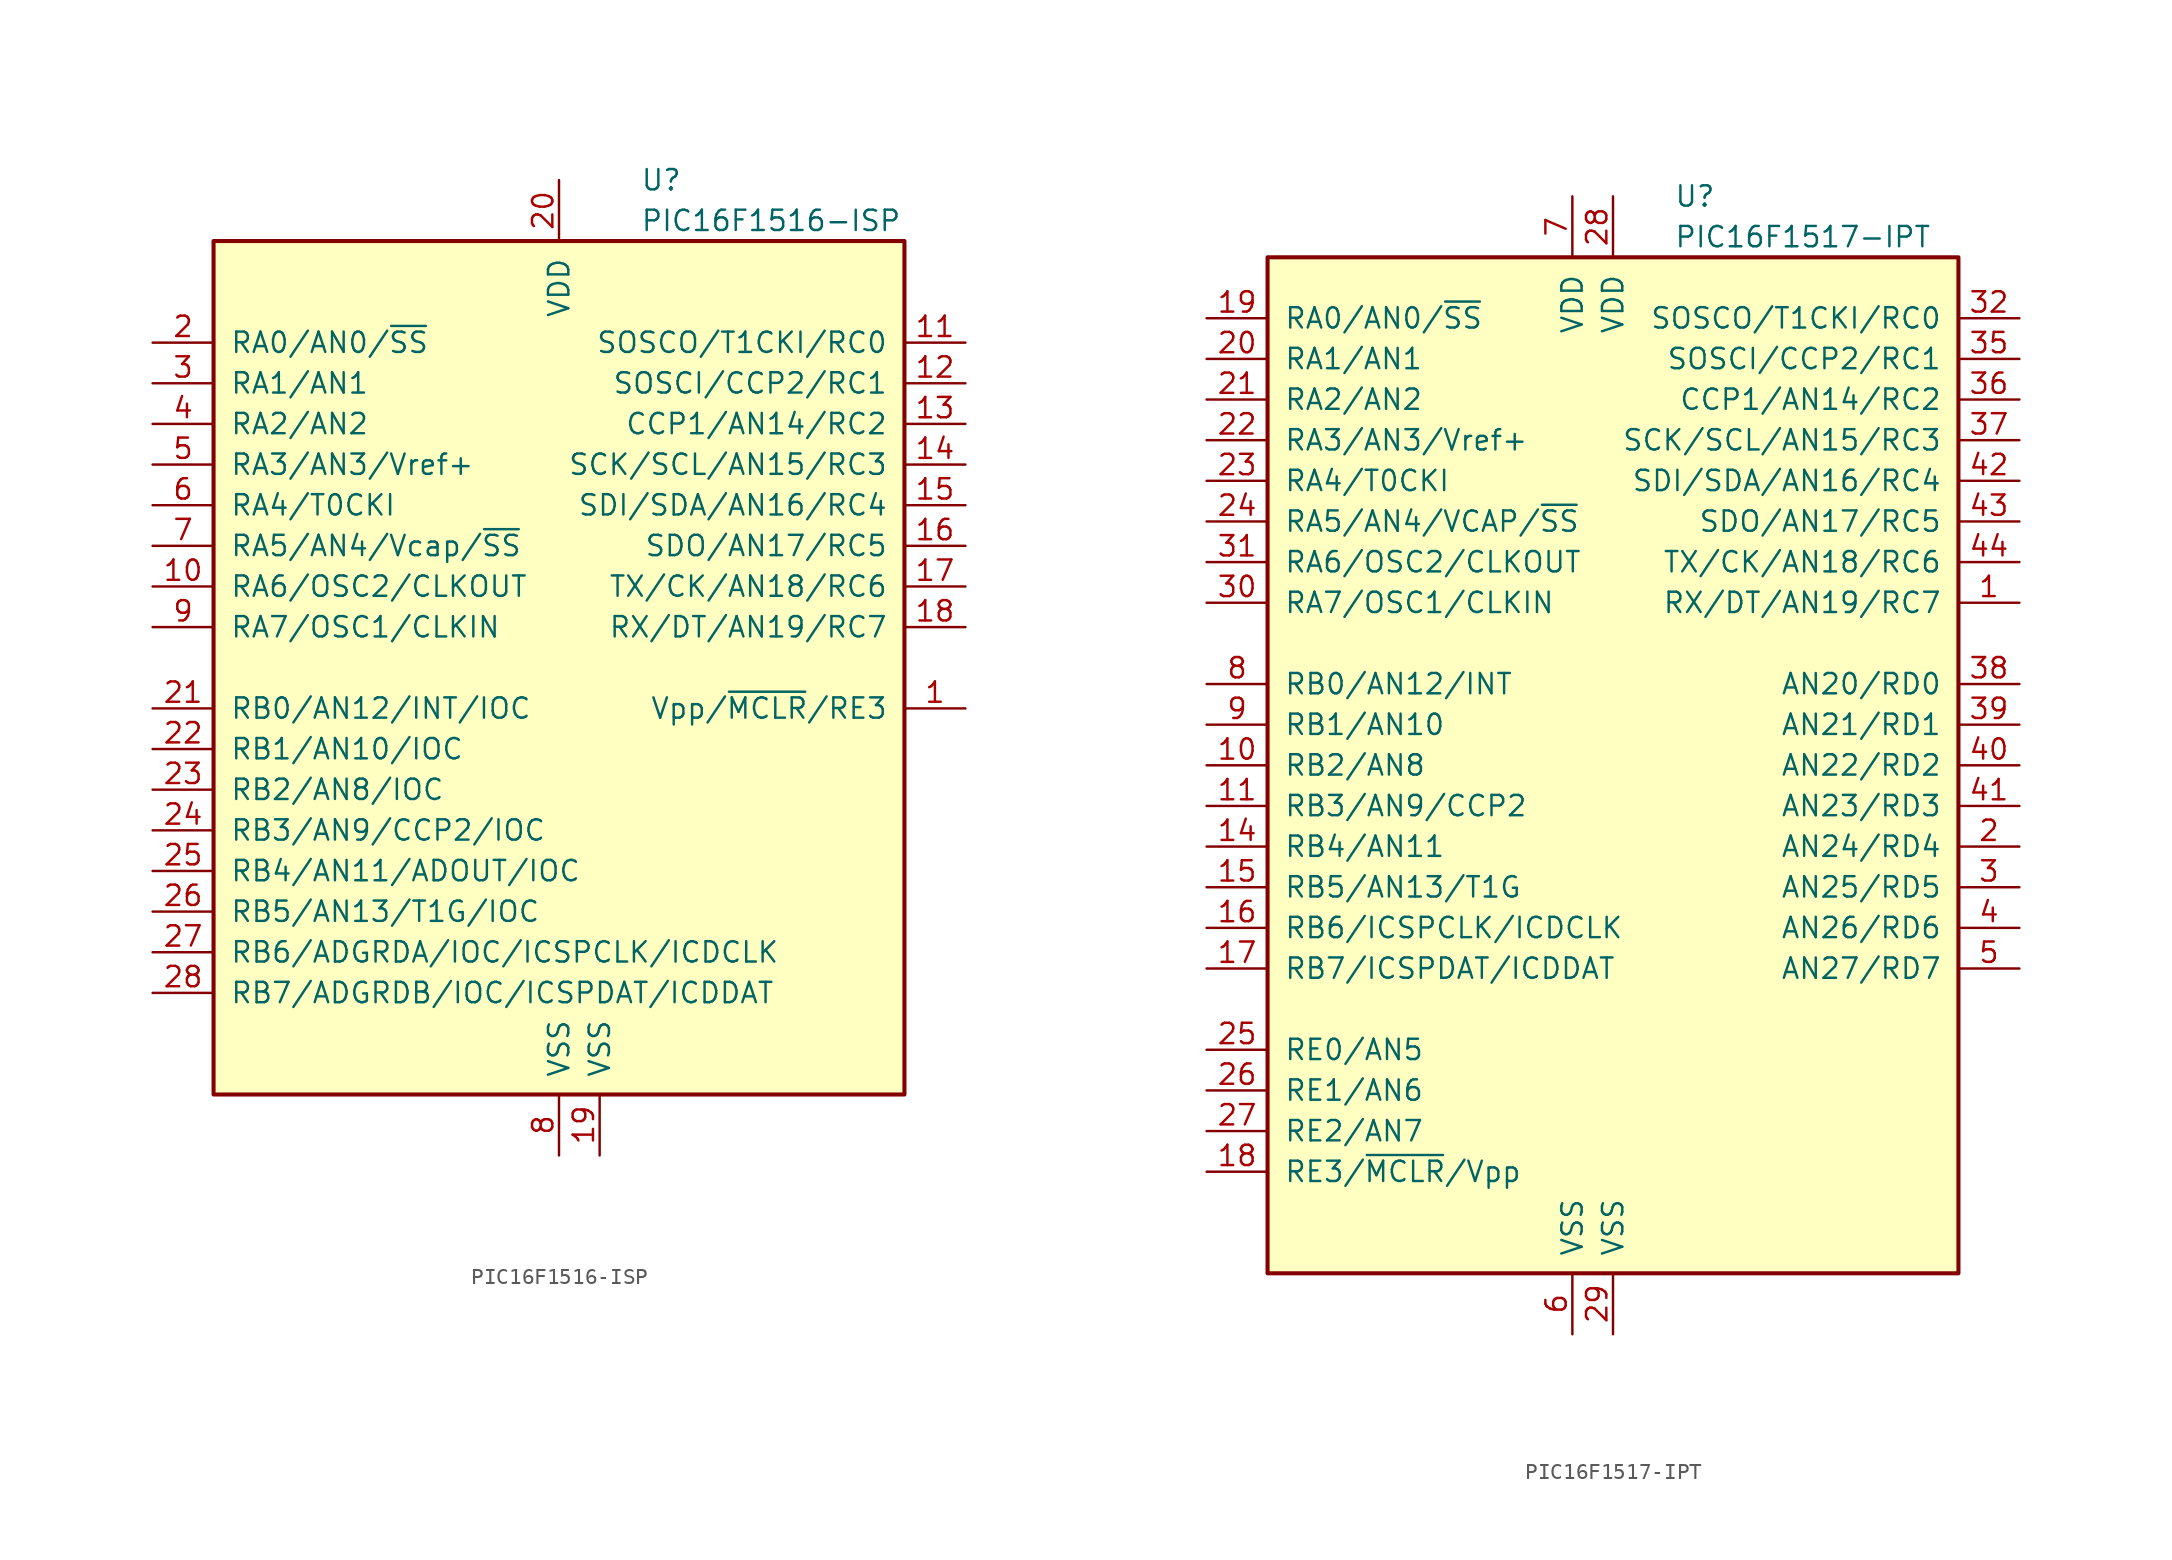
<source format=kicad_sym>
(kicad_symbol_lib
  (version 20201005)
  (generator kicad_symbol_editor)
  (symbol "PIC16F1516-ISP"
    (pin_names
      (offset 1.016))
    (property "Reference" "U"
      (at 5.08 30.48 0)
      (effects (font (size 1.27 1.27)) (justify left)))
    (property "Value" "PIC16F1516-ISP"
      (at 5.08 27.94 0)
      (effects (font (size 1.27 1.27)) (justify left)))
    (symbol "PIC16F1516-ISP_0_1"
      (rectangle (start -21.59 26.67) (end 21.59 -26.67) (stroke (width 0.254)) (fill (type background))))
    (symbol "PIC16F1516-ISP_1_1"
      (pin input line (at 25.4 -2.54 180) (length 3.81) (name "Vpp/~MCLR~/RE3" (effects (font (size 1.27 1.27)))) (number "1" (effects (font (size 1.27 1.27)))))
      (pin bidirectional line (at -25.4 5.08 0) (length 3.81) (name "RA6/OSC2/CLKOUT" (effects (font (size 1.27 1.27)))) (number "10" (effects (font (size 1.27 1.27)))))
      (pin bidirectional line (at 25.4 20.32 180) (length 3.81) (name "SOSCO/T1CKI/RC0" (effects (font (size 1.27 1.27)))) (number "11" (effects (font (size 1.27 1.27)))))
      (pin bidirectional line (at 25.4 17.78 180) (length 3.81) (name "SOSCI/CCP2/RC1" (effects (font (size 1.27 1.27)))) (number "12" (effects (font (size 1.27 1.27)))))
      (pin bidirectional line (at 25.4 15.24 180) (length 3.81) (name "CCP1/AN14/RC2" (effects (font (size 1.27 1.27)))) (number "13" (effects (font (size 1.27 1.27)))))
      (pin bidirectional line (at 25.4 12.7 180) (length 3.81) (name "SCK/SCL/AN15/RC3" (effects (font (size 1.27 1.27)))) (number "14" (effects (font (size 1.27 1.27)))))
      (pin bidirectional line (at 25.4 10.16 180) (length 3.81) (name "SDI/SDA/AN16/RC4" (effects (font (size 1.27 1.27)))) (number "15" (effects (font (size 1.27 1.27)))))
      (pin bidirectional line (at 25.4 7.62 180) (length 3.81) (name "SDO/AN17/RC5" (effects (font (size 1.27 1.27)))) (number "16" (effects (font (size 1.27 1.27)))))
      (pin bidirectional line (at 25.4 5.08 180) (length 3.81) (name "TX/CK/AN18/RC6" (effects (font (size 1.27 1.27)))) (number "17" (effects (font (size 1.27 1.27)))))
      (pin bidirectional line (at 25.4 2.54 180) (length 3.81) (name "RX/DT/AN19/RC7" (effects (font (size 1.27 1.27)))) (number "18" (effects (font (size 1.27 1.27)))))
      (pin power_in line (at 2.54 -30.48 90) (length 3.81) (name "VSS" (effects (font (size 1.27 1.27)))) (number "19" (effects (font (size 1.27 1.27)))))
      (pin bidirectional line (at -25.4 20.32 0) (length 3.81) (name "RA0/AN0/~SS" (effects (font (size 1.27 1.27)))) (number "2" (effects (font (size 1.27 1.27)))))
      (pin power_in line (at 0 30.48 270) (length 3.81) (name "VDD" (effects (font (size 1.27 1.27)))) (number "20" (effects (font (size 1.27 1.27)))))
      (pin bidirectional line (at -25.4 -2.54 0) (length 3.81) (name "RB0/AN12/INT/IOC" (effects (font (size 1.27 1.27)))) (number "21" (effects (font (size 1.27 1.27)))))
      (pin bidirectional line (at -25.4 -5.08 0) (length 3.81) (name "RB1/AN10/IOC" (effects (font (size 1.27 1.27)))) (number "22" (effects (font (size 1.27 1.27)))))
      (pin bidirectional line (at -25.4 -7.62 0) (length 3.81) (name "RB2/AN8/IOC" (effects (font (size 1.27 1.27)))) (number "23" (effects (font (size 1.27 1.27)))))
      (pin bidirectional line (at -25.4 -10.16 0) (length 3.81) (name "RB3/AN9/CCP2/IOC" (effects (font (size 1.27 1.27)))) (number "24" (effects (font (size 1.27 1.27)))))
      (pin bidirectional line (at -25.4 -12.7 0) (length 3.81) (name "RB4/AN11/ADOUT/IOC" (effects (font (size 1.27 1.27)))) (number "25" (effects (font (size 1.27 1.27)))))
      (pin bidirectional line (at -25.4 -15.24 0) (length 3.81) (name "RB5/AN13/T1G/IOC" (effects (font (size 1.27 1.27)))) (number "26" (effects (font (size 1.27 1.27)))))
      (pin bidirectional line (at -25.4 -17.78 0) (length 3.81) (name "RB6/ADGRDA/IOC/ICSPCLK/ICDCLK" (effects (font (size 1.27 1.27)))) (number "27" (effects (font (size 1.27 1.27)))))
      (pin bidirectional line (at -25.4 -20.32 0) (length 3.81) (name "RB7/ADGRDB/IOC/ICSPDAT/ICDDAT" (effects (font (size 1.27 1.27)))) (number "28" (effects (font (size 1.27 1.27)))))
      (pin bidirectional line (at -25.4 17.78 0) (length 3.81) (name "RA1/AN1" (effects (font (size 1.27 1.27)))) (number "3" (effects (font (size 1.27 1.27)))))
      (pin bidirectional line (at -25.4 15.24 0) (length 3.81) (name "RA2/AN2" (effects (font (size 1.27 1.27)))) (number "4" (effects (font (size 1.27 1.27)))))
      (pin bidirectional line (at -25.4 12.7 0) (length 3.81) (name "RA3/AN3/Vref+" (effects (font (size 1.27 1.27)))) (number "5" (effects (font (size 1.27 1.27)))))
      (pin bidirectional line (at -25.4 10.16 0) (length 3.81) (name "RA4/T0CKI" (effects (font (size 1.27 1.27)))) (number "6" (effects (font (size 1.27 1.27)))))
      (pin bidirectional line (at -25.4 7.62 0) (length 3.81) (name "RA5/AN4/Vcap/~SS" (effects (font (size 1.27 1.27)))) (number "7" (effects (font (size 1.27 1.27)))))
      (pin power_in line (at 0 -30.48 90) (length 3.81) (name "VSS" (effects (font (size 1.27 1.27)))) (number "8" (effects (font (size 1.27 1.27)))))
      (pin bidirectional line (at -25.4 2.54 0) (length 3.81) (name "RA7/OSC1/CLKIN" (effects (font (size 1.27 1.27)))) (number "9" (effects (font (size 1.27 1.27)))))))
  (symbol "PIC16F1517-IPT"
    (pin_names
      (offset 1.016))
    (property "Reference" "U"
      (at 3.81 35.56 0)
      (effects (font (size 1.27 1.27)) (justify left)))
    (property "Value" "PIC16F1517-IPT"
      (at 3.81 33.02 0)
      (effects (font (size 1.27 1.27)) (justify left)))
    (symbol "PIC16F1517-IPT_0_1"
      (rectangle (start -21.59 31.75) (end 21.59 -31.75) (stroke (width 0.254)) (fill (type background))))
    (symbol "PIC16F1517-IPT_1_1"
      (pin bidirectional line (at 25.4 10.16 180) (length 3.81) (name "RX/DT/AN19/RC7" (effects (font (size 1.27 1.27)))) (number "1" (effects (font (size 1.27 1.27)))))
      (pin bidirectional line (at -25.4 0 0) (length 3.81) (name "RB2/AN8" (effects (font (size 1.27 1.27)))) (number "10" (effects (font (size 1.27 1.27)))))
      (pin bidirectional line (at -25.4 -2.54 0) (length 3.81) (name "RB3/AN9/CCP2" (effects (font (size 1.27 1.27)))) (number "11" (effects (font (size 1.27 1.27)))))
      (pin bidirectional line (at -25.4 -5.08 0) (length 3.81) (name "RB4/AN11" (effects (font (size 1.27 1.27)))) (number "14" (effects (font (size 1.27 1.27)))))
      (pin bidirectional line (at -25.4 -7.62 0) (length 3.81) (name "RB5/AN13/T1G" (effects (font (size 1.27 1.27)))) (number "15" (effects (font (size 1.27 1.27)))))
      (pin bidirectional line (at -25.4 -10.16 0) (length 3.81) (name "RB6/ICSPCLK/ICDCLK" (effects (font (size 1.27 1.27)))) (number "16" (effects (font (size 1.27 1.27)))))
      (pin bidirectional line (at -25.4 -12.7 0) (length 3.81) (name "RB7/ICSPDAT/ICDDAT" (effects (font (size 1.27 1.27)))) (number "17" (effects (font (size 1.27 1.27)))))
      (pin input line (at -25.4 -25.4 0) (length 3.81) (name "RE3/~MCLR~/Vpp" (effects (font (size 1.27 1.27)))) (number "18" (effects (font (size 1.27 1.27)))))
      (pin bidirectional line (at -25.4 27.94 0) (length 3.81) (name "RA0/AN0/~SS" (effects (font (size 1.27 1.27)))) (number "19" (effects (font (size 1.27 1.27)))))
      (pin bidirectional line (at 25.4 -5.08 180) (length 3.81) (name "AN24/RD4" (effects (font (size 1.27 1.27)))) (number "2" (effects (font (size 1.27 1.27)))))
      (pin bidirectional line (at -25.4 25.4 0) (length 3.81) (name "RA1/AN1" (effects (font (size 1.27 1.27)))) (number "20" (effects (font (size 1.27 1.27)))))
      (pin bidirectional line (at -25.4 22.86 0) (length 3.81) (name "RA2/AN2" (effects (font (size 1.27 1.27)))) (number "21" (effects (font (size 1.27 1.27)))))
      (pin bidirectional line (at -25.4 20.32 0) (length 3.81) (name "RA3/AN3/Vref+" (effects (font (size 1.27 1.27)))) (number "22" (effects (font (size 1.27 1.27)))))
      (pin bidirectional line (at -25.4 17.78 0) (length 3.81) (name "RA4/T0CKI" (effects (font (size 1.27 1.27)))) (number "23" (effects (font (size 1.27 1.27)))))
      (pin bidirectional line (at -25.4 15.24 0) (length 3.81) (name "RA5/AN4/VCAP/~SS" (effects (font (size 1.27 1.27)))) (number "24" (effects (font (size 1.27 1.27)))))
      (pin bidirectional line (at -25.4 -17.78 0) (length 3.81) (name "RE0/AN5" (effects (font (size 1.27 1.27)))) (number "25" (effects (font (size 1.27 1.27)))))
      (pin bidirectional line (at -25.4 -20.32 0) (length 3.81) (name "RE1/AN6" (effects (font (size 1.27 1.27)))) (number "26" (effects (font (size 1.27 1.27)))))
      (pin bidirectional line (at -25.4 -22.86 0) (length 3.81) (name "RE2/AN7" (effects (font (size 1.27 1.27)))) (number "27" (effects (font (size 1.27 1.27)))))
      (pin power_in line (at 0 35.56 270) (length 3.81) (name "VDD" (effects (font (size 1.27 1.27)))) (number "28" (effects (font (size 1.27 1.27)))))
      (pin power_in line (at 0 -35.56 90) (length 3.81) (name "VSS" (effects (font (size 1.27 1.27)))) (number "29" (effects (font (size 1.27 1.27)))))
      (pin bidirectional line (at 25.4 -7.62 180) (length 3.81) (name "AN25/RD5" (effects (font (size 1.27 1.27)))) (number "3" (effects (font (size 1.27 1.27)))))
      (pin bidirectional line (at -25.4 10.16 0) (length 3.81) (name "RA7/OSC1/CLKIN" (effects (font (size 1.27 1.27)))) (number "30" (effects (font (size 1.27 1.27)))))
      (pin bidirectional line (at -25.4 12.7 0) (length 3.81) (name "RA6/OSC2/CLKOUT" (effects (font (size 1.27 1.27)))) (number "31" (effects (font (size 1.27 1.27)))))
      (pin bidirectional line (at 25.4 27.94 180) (length 3.81) (name "SOSCO/T1CKI/RC0" (effects (font (size 1.27 1.27)))) (number "32" (effects (font (size 1.27 1.27)))))
      (pin bidirectional line (at 25.4 25.4 180) (length 3.81) (name "SOSCI/CCP2/RC1" (effects (font (size 1.27 1.27)))) (number "35" (effects (font (size 1.27 1.27)))))
      (pin bidirectional line (at 25.4 22.86 180) (length 3.81) (name "CCP1/AN14/RC2" (effects (font (size 1.27 1.27)))) (number "36" (effects (font (size 1.27 1.27)))))
      (pin bidirectional line (at 25.4 20.32 180) (length 3.81) (name "SCK/SCL/AN15/RC3" (effects (font (size 1.27 1.27)))) (number "37" (effects (font (size 1.27 1.27)))))
      (pin bidirectional line (at 25.4 5.08 180) (length 3.81) (name "AN20/RD0" (effects (font (size 1.27 1.27)))) (number "38" (effects (font (size 1.27 1.27)))))
      (pin bidirectional line (at 25.4 2.54 180) (length 3.81) (name "AN21/RD1" (effects (font (size 1.27 1.27)))) (number "39" (effects (font (size 1.27 1.27)))))
      (pin bidirectional line (at 25.4 -10.16 180) (length 3.81) (name "AN26/RD6" (effects (font (size 1.27 1.27)))) (number "4" (effects (font (size 1.27 1.27)))))
      (pin bidirectional line (at 25.4 0 180) (length 3.81) (name "AN22/RD2" (effects (font (size 1.27 1.27)))) (number "40" (effects (font (size 1.27 1.27)))))
      (pin bidirectional line (at 25.4 -2.54 180) (length 3.81) (name "AN23/RD3" (effects (font (size 1.27 1.27)))) (number "41" (effects (font (size 1.27 1.27)))))
      (pin bidirectional line (at 25.4 17.78 180) (length 3.81) (name "SDI/SDA/AN16/RC4" (effects (font (size 1.27 1.27)))) (number "42" (effects (font (size 1.27 1.27)))))
      (pin bidirectional line (at 25.4 15.24 180) (length 3.81) (name "SDO/AN17/RC5" (effects (font (size 1.27 1.27)))) (number "43" (effects (font (size 1.27 1.27)))))
      (pin bidirectional line (at 25.4 12.7 180) (length 3.81) (name "TX/CK/AN18/RC6" (effects (font (size 1.27 1.27)))) (number "44" (effects (font (size 1.27 1.27)))))
      (pin bidirectional line (at 25.4 -12.7 180) (length 3.81) (name "AN27/RD7" (effects (font (size 1.27 1.27)))) (number "5" (effects (font (size 1.27 1.27)))))
      (pin power_in line (at -2.54 -35.56 90) (length 3.81) (name "VSS" (effects (font (size 1.27 1.27)))) (number "6" (effects (font (size 1.27 1.27)))))
      (pin power_in line (at -2.54 35.56 270) (length 3.81) (name "VDD" (effects (font (size 1.27 1.27)))) (number "7" (effects (font (size 1.27 1.27)))))
      (pin bidirectional line (at -25.4 5.08 0) (length 3.81) (name "RB0/AN12/INT" (effects (font (size 1.27 1.27)))) (number "8" (effects (font (size 1.27 1.27)))))
      (pin bidirectional line (at -25.4 2.54 0) (length 3.81) (name "RB1/AN10" (effects (font (size 1.27 1.27)))) (number "9" (effects (font (size 1.27 1.27))))))))
</source>
